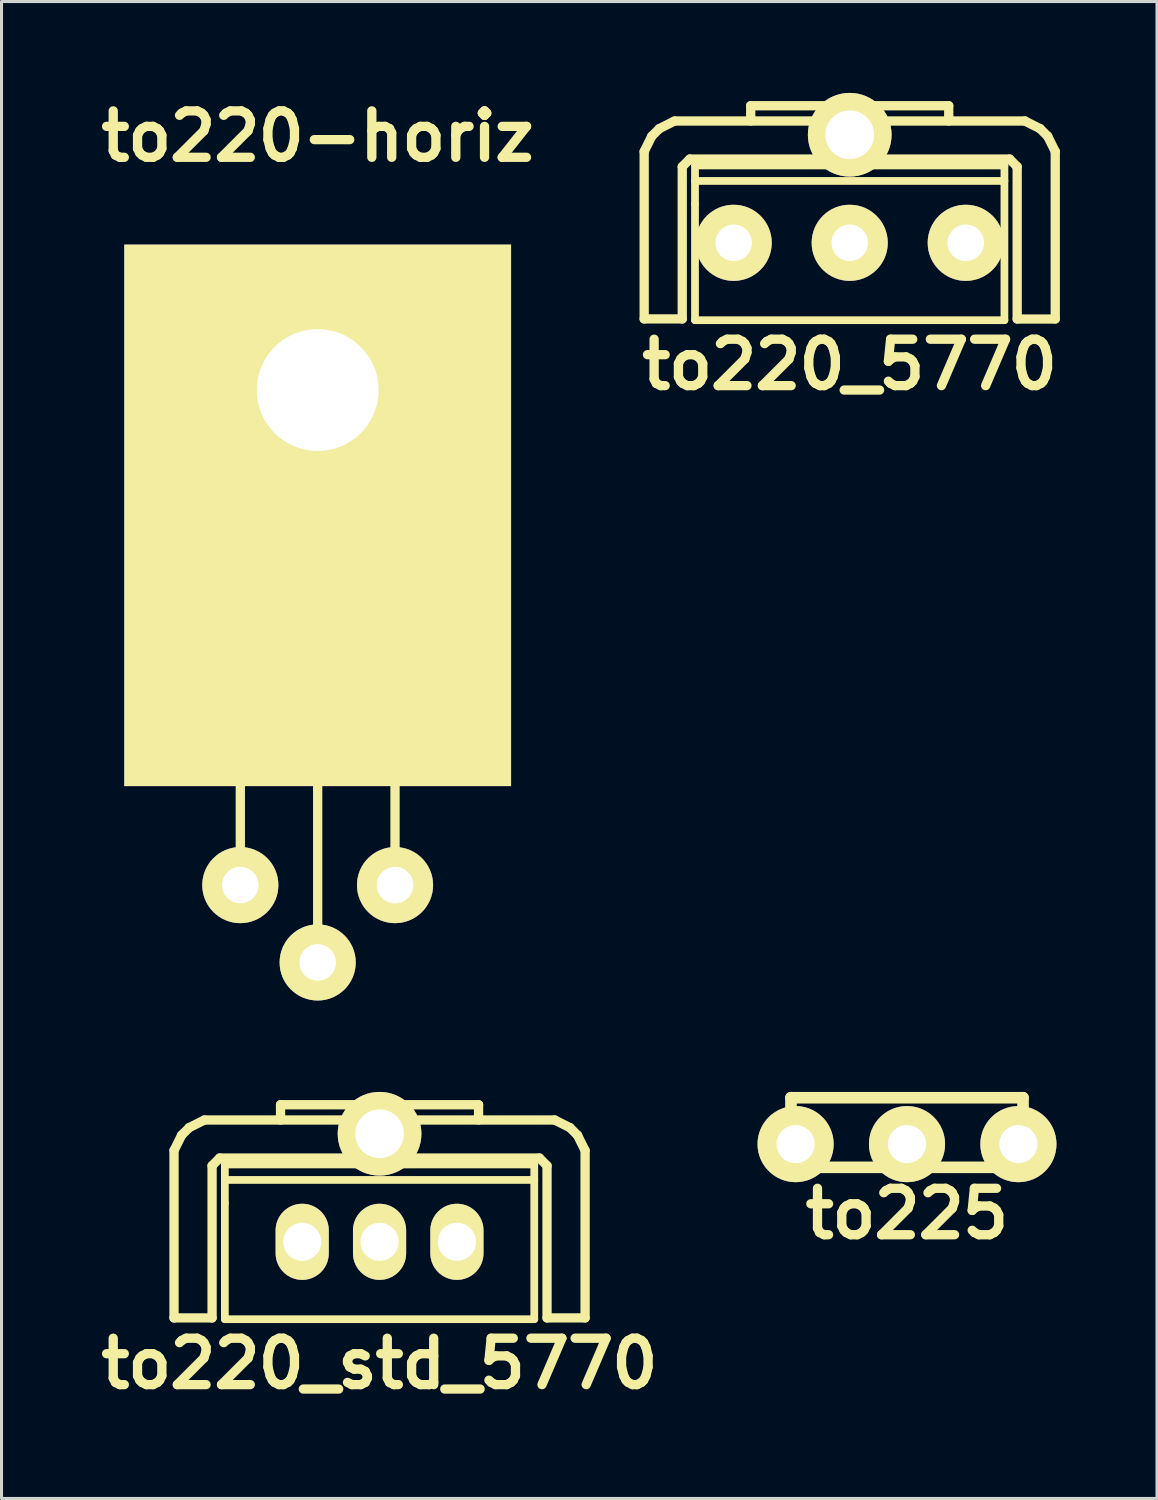
<source format=kicad_pcb>
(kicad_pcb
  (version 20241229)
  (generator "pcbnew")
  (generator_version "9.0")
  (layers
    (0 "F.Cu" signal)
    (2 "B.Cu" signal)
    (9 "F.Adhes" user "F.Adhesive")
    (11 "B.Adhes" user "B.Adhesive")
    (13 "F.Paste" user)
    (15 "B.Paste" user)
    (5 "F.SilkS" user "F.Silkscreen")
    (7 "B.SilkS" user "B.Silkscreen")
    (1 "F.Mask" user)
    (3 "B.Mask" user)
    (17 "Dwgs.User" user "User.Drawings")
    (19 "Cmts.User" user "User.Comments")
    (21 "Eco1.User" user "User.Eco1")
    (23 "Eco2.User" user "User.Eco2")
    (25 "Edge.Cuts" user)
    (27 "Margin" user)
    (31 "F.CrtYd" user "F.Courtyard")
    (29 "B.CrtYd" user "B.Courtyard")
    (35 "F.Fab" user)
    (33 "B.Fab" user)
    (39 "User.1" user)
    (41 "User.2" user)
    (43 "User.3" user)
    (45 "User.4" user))
  (footprint "to220_5770"
    (layer "F.Cu")
    (at 24.851 4.923)
    (property "Reference" "to220_5770" (at 0 4 0) (layer "F.SilkS") (effects (font (size 1.524 1.524) (thickness 0.305))))
    (attr through_hole)
    (fp_line (start -6.749 -3) (end -6.5 -3.5) (stroke (width 0.305) (type solid)) (layer "F.SilkS"))
    (fp_line (start -6.749 2.499) (end -6.749 -3) (stroke (width 0.305) (type solid)) (layer "F.SilkS"))
    (fp_line (start -6.5 -3.5) (end -6.251 -3.749) (stroke (width 0.305) (type solid)) (layer "F.SilkS"))
    (fp_line (start -6.251 -3.749) (end -5.751 -4) (stroke (width 0.305) (type solid)) (layer "F.SilkS"))
    (fp_line (start -5.499 -2.499) (end -5.25 -2.751) (stroke (width 0.305) (type solid)) (layer "F.SilkS"))
    (fp_line (start -5.499 2.499) (end -6.749 2.499) (stroke (width 0.305) (type solid)) (layer "F.SilkS"))
    (fp_line (start -5.499 2.499) (end -5.499 -2.499) (stroke (width 0.305) (type solid)) (layer "F.SilkS"))
    (fp_line (start -5.25 -2.751) (end 5.25 -2.751) (stroke (width 0.305) (type solid)) (layer "F.SilkS"))
    (fp_line (start -5.08 -2.54) (end -5.08 -1.27) (stroke (width 0.254) (type solid)) (layer "F.SilkS"))
    (fp_line (start -5.08 -2.032) (end 5.08 -2.032) (stroke (width 0.254) (type solid)) (layer "F.SilkS"))
    (fp_line (start -5.08 -1.27) (end -5.08 2.54) (stroke (width 0.254) (type solid)) (layer "F.SilkS"))
    (fp_line (start -5.08 2.54) (end 5.08 2.54) (stroke (width 0.254) (type solid)) (layer "F.SilkS"))
    (fp_line (start -3.251 -4.501) (end 3.251 -4.501) (stroke (width 0.305) (type solid)) (layer "F.SilkS"))
    (fp_line (start -3.251 -4) (end -3.251 -4.501) (stroke (width 0.305) (type solid)) (layer "F.SilkS"))
    (fp_line (start 3.251 -4.501) (end 3.251 -4) (stroke (width 0.305) (type solid)) (layer "F.SilkS"))
    (fp_line (start 5.08 -2.54) (end -5.08 -2.54) (stroke (width 0.254) (type solid)) (layer "F.SilkS"))
    (fp_line (start 5.08 2.54) (end 5.08 -2.54) (stroke (width 0.254) (type solid)) (layer "F.SilkS"))
    (fp_line (start 5.25 -2.751) (end 5.499 -2.499) (stroke (width 0.305) (type solid)) (layer "F.SilkS"))
    (fp_line (start 5.499 2.499) (end 5.499 -2.499) (stroke (width 0.305) (type solid)) (layer "F.SilkS"))
    (fp_line (start 5.751 -4) (end -5.751 -4) (stroke (width 0.305) (type solid)) (layer "F.SilkS"))
    (fp_line (start 5.751 -4) (end 6.251 -3.749) (stroke (width 0.305) (type solid)) (layer "F.SilkS"))
    (fp_line (start 6.251 -3.749) (end 6.5 -3.5) (stroke (width 0.305) (type solid)) (layer "F.SilkS"))
    (fp_line (start 6.5 -3.5) (end 6.749 -3) (stroke (width 0.305) (type solid)) (layer "F.SilkS"))
    (fp_line (start 6.749 2.499) (end 6.749 -3) (stroke (width 0.305) (type solid)) (layer "F.SilkS"))
    (fp_line (start 6.749 2.502) (end 5.499 2.502) (stroke (width 0.305) (type solid)) (layer "F.SilkS"))
    (pad "" thru_hole circle (at 0 -3.548) (size 2.748 2.748) (drill 1.598) (layers "*.Cu" "*.Mask" "F.SilkS"))
    (pad "1" thru_hole circle (at 3.81 0) (size 2.499 2.499) (drill 1.199) (layers "*.Cu" "*.Mask" "F.SilkS"))
    (pad "2" thru_hole circle (at 0 0) (size 2.499 2.499) (drill 1.199) (layers "*.Cu" "*.Mask" "F.SilkS"))
    (pad "3" thru_hole circle (at -3.81 0) (size 2.499 2.499) (drill 1.199) (layers "*.Cu" "*.Mask" "F.SilkS")))
  (footprint "to220-horiz"
    (layer "F.Cu")
    (at 7.381 17.682)
    (property "Reference" "to220-horiz" (at 0 -16.256 0) (layer "F.SilkS") (effects (font (size 1.524 1.524) (thickness 0.305))))
    (attr through_hole)
    (fp_line (start -5.08 -11.176) (end -5.08 4.191) (stroke (width 0.305) (type solid)) (layer "F.SilkS"))
    (fp_line (start -5.08 4.191) (end 5.08 4.191) (stroke (width 0.305) (type solid)) (layer "F.SilkS"))
    (fp_line (start -2.54 8.382) (end -2.54 4.191) (stroke (width 0.305) (type solid)) (layer "F.SilkS"))
    (fp_line (start 0 4.191) (end 0 10.922) (stroke (width 0.305) (type solid)) (layer "F.SilkS"))
    (fp_line (start 2.54 8.382) (end 2.54 4.191) (stroke (width 0.305) (type solid)) (layer "F.SilkS"))
    (fp_line (start 5.08 -11.176) (end -5.08 -11.176) (stroke (width 0.305) (type solid)) (layer "F.SilkS"))
    (fp_line (start 5.08 -4.699) (end -5.08 -4.699) (stroke (width 0.254) (type solid)) (layer "F.SilkS"))
    (fp_line (start 5.08 4.191) (end 5.08 -11.176) (stroke (width 0.305) (type solid)) (layer "F.SilkS"))
    (pad "1" thru_hole circle (at 2.54 8.331) (size 2.499 2.499) (drill 1.199) (layers "*.Cu" "*.Mask" "F.SilkS"))
    (pad "2" thru_hole circle (at 0 10.871) (size 2.499 2.499) (drill 1.199) (layers "*.Cu" "*.Mask" "F.SilkS"))
    (pad "3" thru_hole circle (at -2.54 8.331) (size 2.499 2.499) (drill 1.199) (layers "*.Cu" "*.Mask" "F.SilkS"))
    (pad "4" thru_hole rect (at 0 -7.925) (size 12.7 17.78) (drill 4 (offset 0 4.115)) (layers "F.Cu" "F.Mask" "F.SilkS")))
  (footprint "to225"
    (layer "F.Cu")
    (at 26.732 34.518)
    (property "Reference" "to225" (at 0 2.286 0) (layer "F.SilkS") (effects (font (size 1.524 1.524) (thickness 0.305))))
    (attr through_hole)
    (fp_line (start -3.81 -1.524) (end 3.81 -1.524) (stroke (width 0.381) (type solid)) (layer "F.SilkS"))
    (fp_line (start -3.81 0.762) (end -3.81 -1.524) (stroke (width 0.381) (type solid)) (layer "F.SilkS"))
    (fp_line (start 3.81 -1.524) (end 3.81 0.762) (stroke (width 0.381) (type solid)) (layer "F.SilkS"))
    (fp_line (start 3.81 0.762) (end -3.81 0.762) (stroke (width 0.381) (type solid)) (layer "F.SilkS"))
    (pad "1" thru_hole circle (at 3.658 0) (size 2.499 2.499) (drill 1.25) (layers "*.Cu" "*.Mask" "F.SilkS"))
    (pad "2" thru_hole circle (at 0 0) (size 2.499 2.499) (drill 1.25) (layers "*.Cu" "*.Mask" "F.SilkS"))
    (pad "3" thru_hole circle (at -3.658 0) (size 2.499 2.499) (drill 1.25) (layers "*.Cu" "*.Mask" "F.SilkS")))
  (footprint "to220_std_5770"
    (layer "F.Cu")
    (at 9.413 37.726)
    (property "Reference" "to220_std_5770" (at 0 4 0) (layer "F.SilkS") (effects (font (size 1.524 1.524) (thickness 0.305))))
    (attr through_hole)
    (fp_line (start -6.749 -3) (end -6.5 -3.5) (stroke (width 0.305) (type solid)) (layer "F.SilkS"))
    (fp_line (start -6.749 2.499) (end -6.749 -3) (stroke (width 0.305) (type solid)) (layer "F.SilkS"))
    (fp_line (start -6.5 -3.5) (end -6.251 -3.749) (stroke (width 0.305) (type solid)) (layer "F.SilkS"))
    (fp_line (start -6.251 -3.749) (end -5.751 -4) (stroke (width 0.305) (type solid)) (layer "F.SilkS"))
    (fp_line (start -5.499 -2.499) (end -5.499 2.499) (stroke (width 0.305) (type solid)) (layer "F.SilkS"))
    (fp_line (start -5.499 -2.499) (end -5.25 -2.751) (stroke (width 0.305) (type solid)) (layer "F.SilkS"))
    (fp_line (start -5.499 2.499) (end -6.749 2.499) (stroke (width 0.305) (type solid)) (layer "F.SilkS"))
    (fp_line (start -5.25 -2.751) (end 5.25 -2.751) (stroke (width 0.305) (type solid)) (layer "F.SilkS"))
    (fp_line (start -5.08 -2.54) (end -5.08 -1.27) (stroke (width 0.254) (type solid)) (layer "F.SilkS"))
    (fp_line (start -5.08 -2.032) (end 5.08 -2.032) (stroke (width 0.254) (type solid)) (layer "F.SilkS"))
    (fp_line (start -5.08 -1.27) (end -5.08 2.54) (stroke (width 0.254) (type solid)) (layer "F.SilkS"))
    (fp_line (start -5.08 2.54) (end 5.08 2.54) (stroke (width 0.254) (type solid)) (layer "F.SilkS"))
    (fp_line (start -3.251 -4.501) (end 3.251 -4.501) (stroke (width 0.305) (type solid)) (layer "F.SilkS"))
    (fp_line (start -3.251 -4) (end -3.251 -4.501) (stroke (width 0.305) (type solid)) (layer "F.SilkS"))
    (fp_line (start 3.251 -4.501) (end 3.251 -4) (stroke (width 0.305) (type solid)) (layer "F.SilkS"))
    (fp_line (start 5.08 -2.54) (end -5.08 -2.54) (stroke (width 0.254) (type solid)) (layer "F.SilkS"))
    (fp_line (start 5.08 2.54) (end 5.08 -2.54) (stroke (width 0.254) (type solid)) (layer "F.SilkS"))
    (fp_line (start 5.25 -2.751) (end 5.499 -2.499) (stroke (width 0.305) (type solid)) (layer "F.SilkS"))
    (fp_line (start 5.499 2.499) (end 5.499 -2.499) (stroke (width 0.305) (type solid)) (layer "F.SilkS"))
    (fp_line (start 5.751 -4) (end -5.751 -4) (stroke (width 0.305) (type solid)) (layer "F.SilkS"))
    (fp_line (start 5.751 -4) (end 6.251 -3.749) (stroke (width 0.305) (type solid)) (layer "F.SilkS"))
    (fp_line (start 6.251 -3.749) (end 6.5 -3.5) (stroke (width 0.305) (type solid)) (layer "F.SilkS"))
    (fp_line (start 6.5 -3.5) (end 6.749 -3) (stroke (width 0.305) (type solid)) (layer "F.SilkS"))
    (fp_line (start 6.749 -3) (end 6.749 2.499) (stroke (width 0.305) (type solid)) (layer "F.SilkS"))
    (fp_line (start 6.749 2.499) (end 5.499 2.499) (stroke (width 0.305) (type solid)) (layer "F.SilkS"))
    (pad "" thru_hole circle (at 0 -3.548) (size 2.748 2.748) (drill 1.598) (layers "*.Cu" "*.Mask" "F.SilkS"))
    (pad "1" thru_hole oval (at 2.54 0) (size 1.745 2.499) (drill 1.25) (layers "*.Cu" "*.Mask" "F.SilkS"))
    (pad "2" thru_hole oval (at 0 0) (size 1.745 2.499) (drill 1.25) (layers "*.Cu" "*.Mask" "F.SilkS"))
    (pad "3" thru_hole oval (at -2.54 0) (size 1.745 2.499) (drill 1.25) (layers "*.Cu" "*.Mask" "F.SilkS")))
  (gr_rect
    (start -3 -3)
    (end 34.941 46.153)
    (stroke (width 0.1) (type default))
    (fill no)
    (layer "Edge.Cuts")))
</source>
